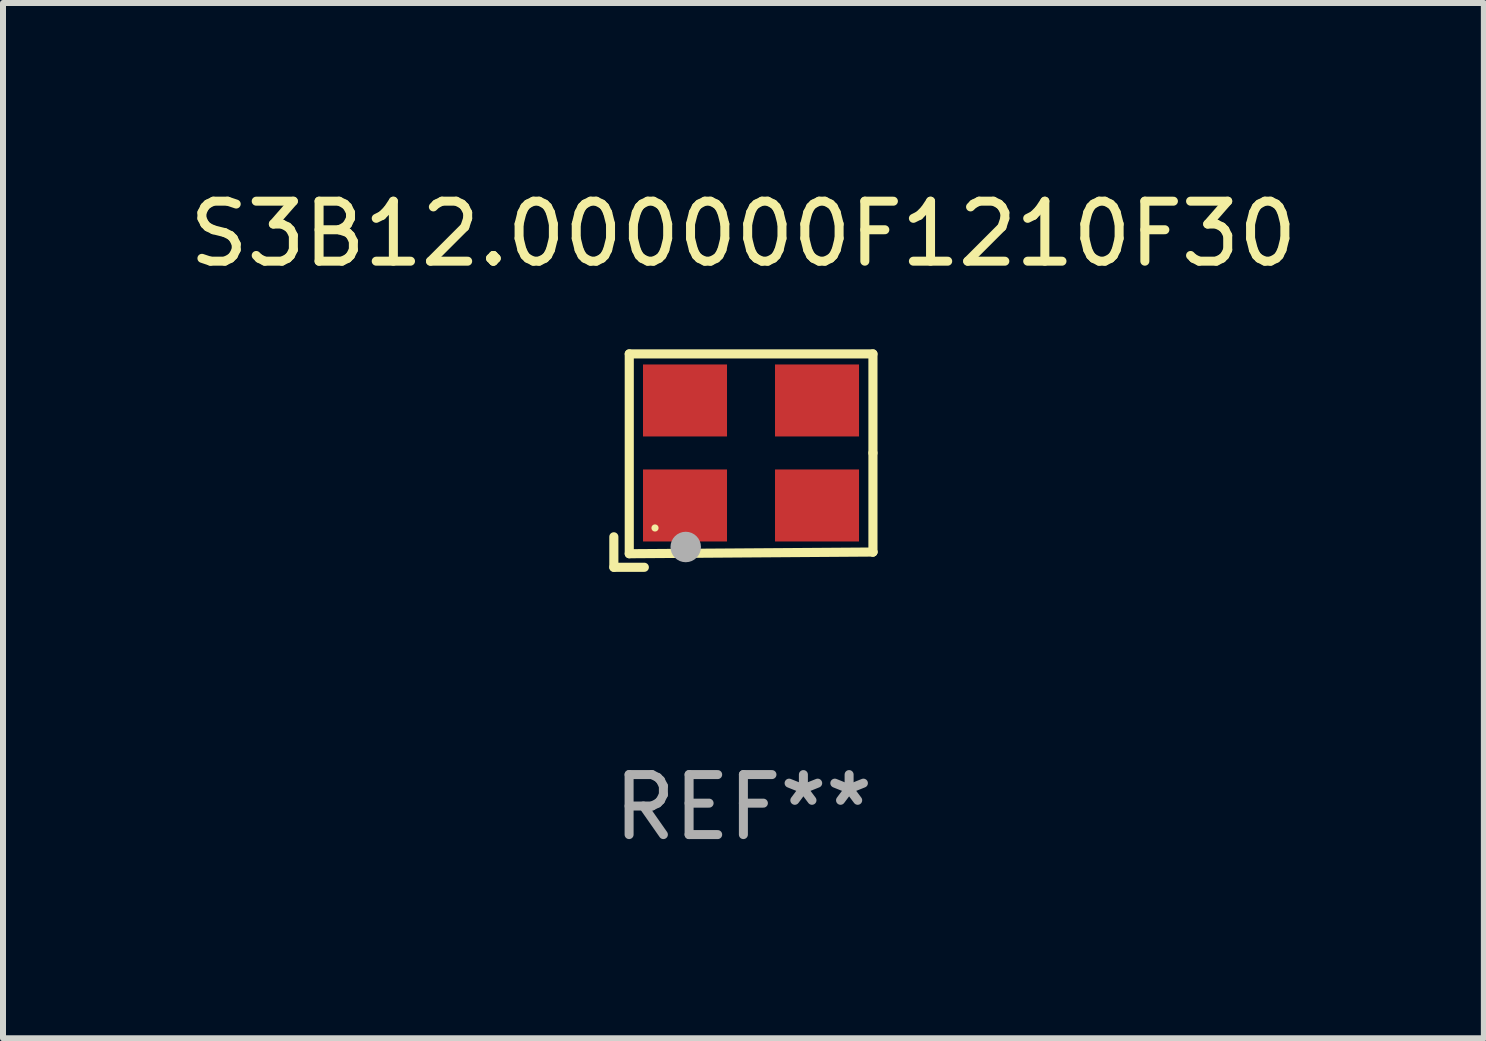
<source format=kicad_pcb>
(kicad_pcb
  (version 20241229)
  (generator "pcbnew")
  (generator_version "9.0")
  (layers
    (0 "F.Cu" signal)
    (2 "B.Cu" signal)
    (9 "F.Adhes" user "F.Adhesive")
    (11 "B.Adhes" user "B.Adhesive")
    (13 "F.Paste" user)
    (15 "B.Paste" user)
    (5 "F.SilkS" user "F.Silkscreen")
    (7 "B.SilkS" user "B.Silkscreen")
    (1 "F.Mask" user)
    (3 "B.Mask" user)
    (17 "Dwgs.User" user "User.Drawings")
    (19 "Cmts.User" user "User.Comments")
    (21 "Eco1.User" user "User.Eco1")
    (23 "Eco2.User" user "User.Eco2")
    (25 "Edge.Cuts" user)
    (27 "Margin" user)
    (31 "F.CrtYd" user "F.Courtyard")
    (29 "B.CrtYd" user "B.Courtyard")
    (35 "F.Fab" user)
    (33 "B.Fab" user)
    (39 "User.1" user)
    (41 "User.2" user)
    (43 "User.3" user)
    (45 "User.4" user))
  (footprint "S3B12.000000F1210F30"
    (layer "F.Cu")
    (at 9.339 4.626)
    (property "Reference" "S3B12.000000F1210F30" (at 0 -3.778 0) (layer "F.SilkS") (effects (font (size 1 1) (thickness 0.15))))
    (attr through_hole)
    (fp_line (start -2.159 1.27) (end -2.159 1.778) (stroke (width 0.152) (type solid)) (layer "F.SilkS"))
    (fp_line (start -2.159 1.778) (end -1.651 1.778) (stroke (width 0.152) (type solid)) (layer "F.SilkS"))
    (fp_line (start -1.902 -1.778) (end 2.159 -1.778) (stroke (width 0.152) (type solid)) (layer "F.SilkS"))
    (fp_line (start -1.902 1.552) (end -1.902 -1.778) (stroke (width 0.152) (type solid)) (layer "F.SilkS"))
    (fp_line (start 2.159 -1.778) (end 2.159 -0.127) (stroke (width 0.152) (type solid)) (layer "F.SilkS"))
    (fp_line (start 2.159 -0.127) (end 2.159 1.524) (stroke (width 0.152) (type solid)) (layer "F.SilkS"))
    (fp_line (start 2.159 1.524) (end -1.902 1.552) (stroke (width 0.152) (type solid)) (layer "F.SilkS"))
    (fp_line (start 2.159 1.524) (end 2.159 1.524) (stroke (width 0.152) (type solid)) (layer "F.SilkS"))
    (fp_circle (center -1.473 1.123) (end -1.443 1.123) (stroke (width 0.06) (type solid)) (fill no) (layer "F.SilkS"))
    (fp_circle (center -0.961 1.44) (end -0.834 1.44) (stroke (width 0.254) (type solid)) (fill no) (layer "F.Fab"))
    (fp_text user "REF**" (at 0 5.778 0) (layer "F.Fab") (effects (font (size 1 1) (thickness 0.15))))
    (pad "1" smd rect (at -0.973 0.748) (size 1.4 1.2) (layers "F.Cu" "F.Mask" "F.Paste"))
    (pad "2" smd rect (at 1.227 0.748) (size 1.4 1.2) (layers "F.Cu" "F.Mask" "F.Paste"))
    (pad "3" smd rect (at 1.227 -1.002) (size 1.4 1.2) (layers "F.Cu" "F.Mask" "F.Paste"))
    (pad "4" smd rect (at -0.973 -1.002) (size 1.4 1.2) (layers "F.Cu" "F.Mask" "F.Paste")))
  (gr_rect
    (start -3 -3)
    (end 21.679 14.253)
    (stroke (width 0.1) (type default))
    (fill no)
    (layer "Edge.Cuts")))
</source>
